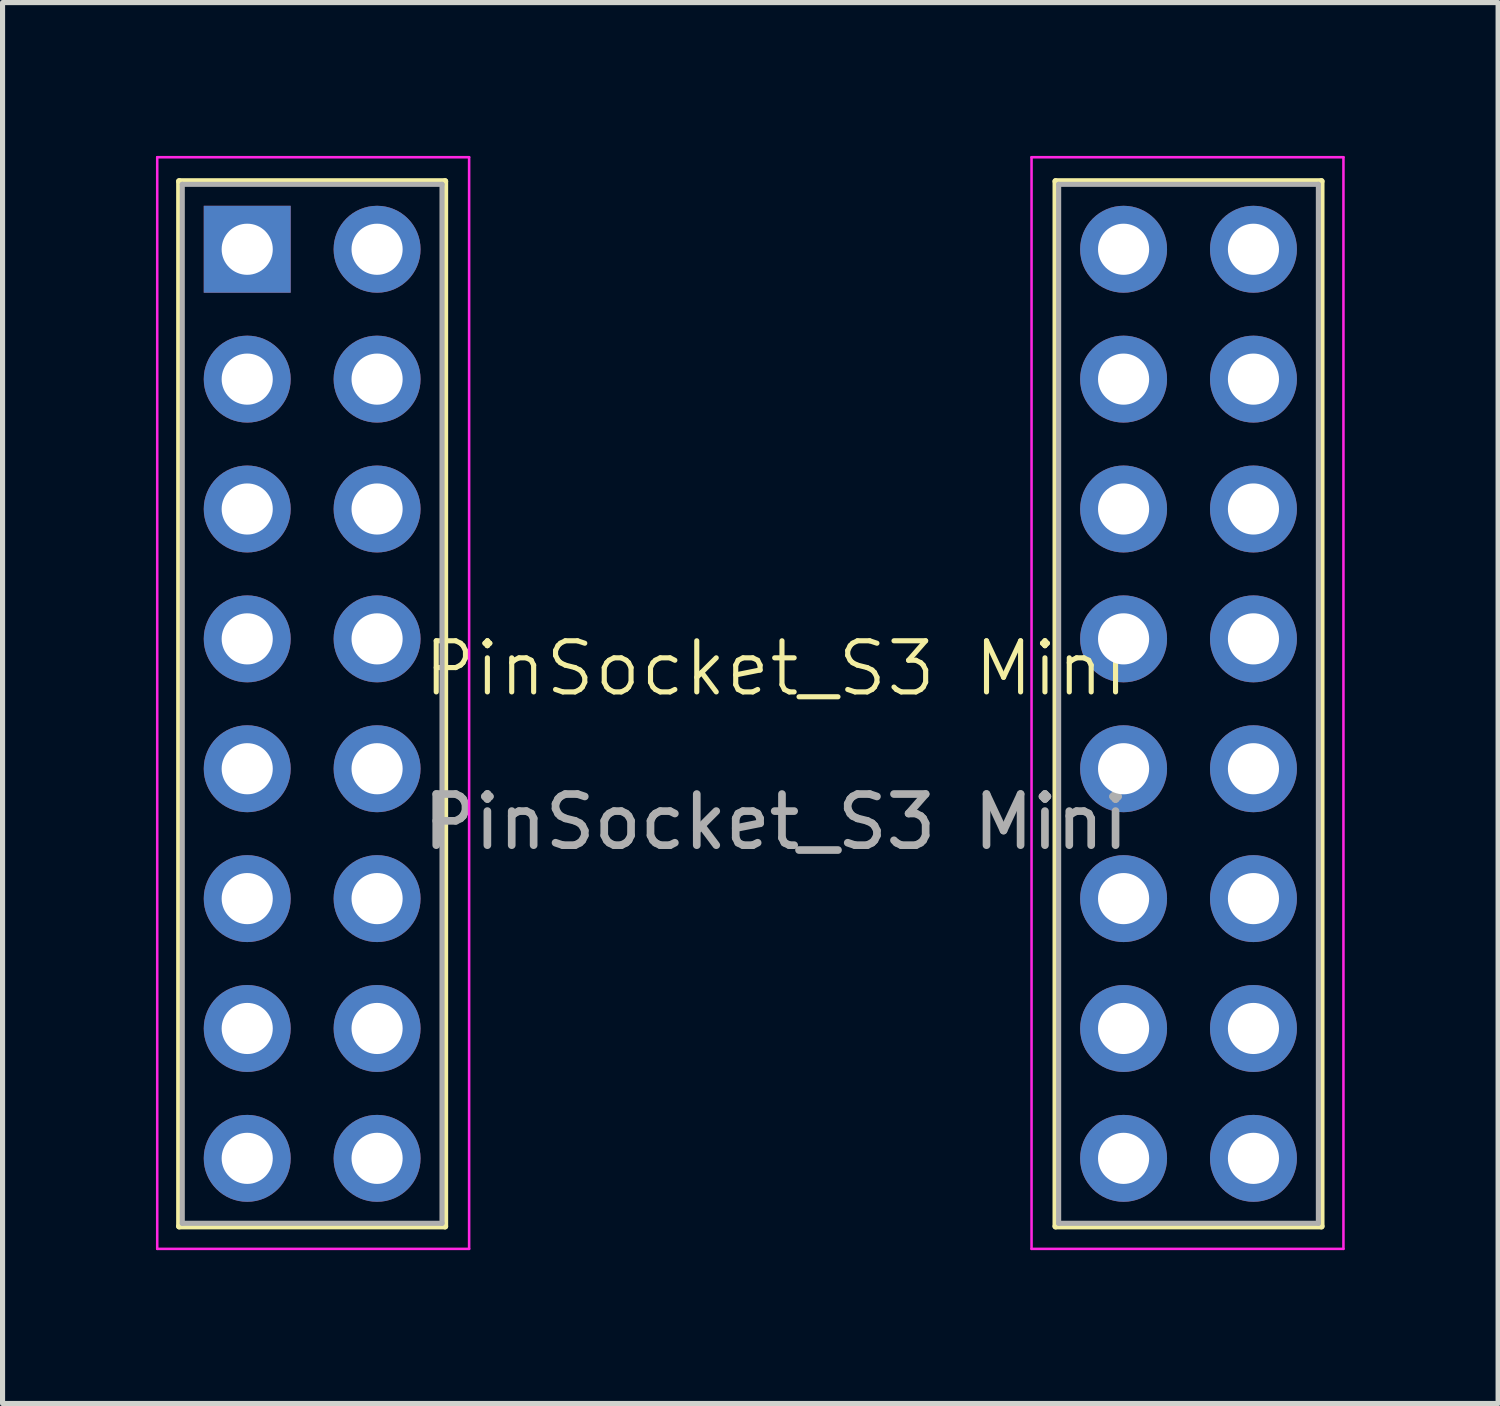
<source format=kicad_pcb>
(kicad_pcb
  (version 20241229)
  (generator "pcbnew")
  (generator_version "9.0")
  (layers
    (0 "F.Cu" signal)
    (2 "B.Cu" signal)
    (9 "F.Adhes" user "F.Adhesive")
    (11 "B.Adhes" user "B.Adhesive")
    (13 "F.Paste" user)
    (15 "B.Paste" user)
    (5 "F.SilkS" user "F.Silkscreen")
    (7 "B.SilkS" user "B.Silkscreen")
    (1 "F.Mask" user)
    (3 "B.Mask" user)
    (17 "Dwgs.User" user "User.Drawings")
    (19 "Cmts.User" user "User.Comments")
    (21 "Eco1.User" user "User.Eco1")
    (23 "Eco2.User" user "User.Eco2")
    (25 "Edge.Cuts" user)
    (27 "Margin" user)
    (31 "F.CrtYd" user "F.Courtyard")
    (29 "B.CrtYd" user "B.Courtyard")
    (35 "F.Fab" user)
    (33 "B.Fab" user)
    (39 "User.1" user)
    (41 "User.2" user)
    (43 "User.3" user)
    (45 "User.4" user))
  (footprint "PinSocket_S3 Mini"
    (layer "F.Cu")
    (at 12.285 10.525)
    (property "Reference" "PinSocket_S3 Mini" (at -0.16 -0.5 0) (unlocked yes) (layer "F.SilkS") (effects (font (size 1 1) (thickness 0.1))))
    (attr through_hole)
    (fp_line (start -11.83 -10.03) (end -11.83 10.41) (stroke (width 0.12) (type solid)) (layer "F.SilkS"))
    (fp_line (start -6.63 -10.03) (end -11.83 -10.03) (stroke (width 0.12) (type solid)) (layer "F.SilkS"))
    (fp_line (start -6.63 -10.03) (end -6.63 10.41) (stroke (width 0.12) (type solid)) (layer "F.SilkS"))
    (fp_line (start -6.63 10.41) (end -11.83 10.41) (stroke (width 0.12) (type solid)) (layer "F.SilkS"))
    (fp_line (start 5.31 -10.03) (end 5.31 10.41) (stroke (width 0.12) (type solid)) (layer "F.SilkS"))
    (fp_line (start 5.31 -10.03) (end 10.51 -10.03) (stroke (width 0.12) (type solid)) (layer "F.SilkS"))
    (fp_line (start 5.31 10.41) (end 10.51 10.41) (stroke (width 0.12) (type solid)) (layer "F.SilkS"))
    (fp_line (start 10.51 -10.03) (end 10.51 10.41) (stroke (width 0.12) (type solid)) (layer "F.SilkS"))
    (fp_line (start -12.26 -10.5) (end -12.26 10.85) (stroke (width 0.05) (type solid)) (layer "F.CrtYd"))
    (fp_line (start -12.26 10.85) (end -6.16 10.85) (stroke (width 0.05) (type solid)) (layer "F.CrtYd"))
    (fp_line (start -6.16 -10.5) (end -12.26 -10.5) (stroke (width 0.05) (type solid)) (layer "F.CrtYd"))
    (fp_line (start -6.16 10.85) (end -6.16 -10.5) (stroke (width 0.05) (type solid)) (layer "F.CrtYd"))
    (fp_line (start 4.84 -10.5) (end 10.94 -10.5) (stroke (width 0.05) (type solid)) (layer "F.CrtYd"))
    (fp_line (start 4.84 10.85) (end 4.84 -10.5) (stroke (width 0.05) (type solid)) (layer "F.CrtYd"))
    (fp_line (start 10.94 -10.5) (end 10.94 10.85) (stroke (width 0.05) (type solid)) (layer "F.CrtYd"))
    (fp_line (start 10.94 10.85) (end 4.84 10.85) (stroke (width 0.05) (type solid)) (layer "F.CrtYd"))
    (fp_line (start -11.77 -9.97) (end -11.77 10.35) (stroke (width 0.1) (type solid)) (layer "F.Fab"))
    (fp_line (start -11.77 10.35) (end -6.69 10.35) (stroke (width 0.1) (type solid)) (layer "F.Fab"))
    (fp_line (start -6.69 -9.97) (end -11.77 -9.97) (stroke (width 0.1) (type solid)) (layer "F.Fab"))
    (fp_line (start -6.69 10.35) (end -6.69 -9.97) (stroke (width 0.1) (type solid)) (layer "F.Fab"))
    (fp_line (start 5.37 -9.97) (end 10.45 -9.97) (stroke (width 0.1) (type solid)) (layer "F.Fab"))
    (fp_line (start 5.37 10.35) (end 5.37 -9.97) (stroke (width 0.1) (type solid)) (layer "F.Fab"))
    (fp_line (start 10.45 -9.97) (end 10.45 10.35) (stroke (width 0.1) (type solid)) (layer "F.Fab"))
    (fp_line (start 10.45 10.35) (end 5.37 10.35) (stroke (width 0.1) (type solid)) (layer "F.Fab"))
    (fp_text user "${REFERENCE}" (at -0.16 2.5 0) (unlocked yes) (layer "F.Fab") (effects (font (size 1 1) (thickness 0.15))))
    (pad "1" thru_hole rect (at -10.5 -8.7) (size 1.7 1.7) (drill 1) (layers "*.Cu" "*.Mask"))
    (pad "2" thru_hole oval (at -7.96 -8.7) (size 1.7 1.7) (drill 1) (layers "*.Cu" "*.Mask"))
    (pad "3" thru_hole oval (at -10.5 -6.16) (size 1.7 1.7) (drill 1) (layers "*.Cu" "*.Mask"))
    (pad "4" thru_hole oval (at -7.96 -6.16) (size 1.7 1.7) (drill 1) (layers "*.Cu" "*.Mask"))
    (pad "5" thru_hole oval (at -10.5 -3.62) (size 1.7 1.7) (drill 1) (layers "*.Cu" "*.Mask"))
    (pad "6" thru_hole oval (at -7.96 -3.62) (size 1.7 1.7) (drill 1) (layers "*.Cu" "*.Mask"))
    (pad "7" thru_hole oval (at -10.5 -1.08) (size 1.7 1.7) (drill 1) (layers "*.Cu" "*.Mask"))
    (pad "8" thru_hole oval (at -7.96 -1.08) (size 1.7 1.7) (drill 1) (layers "*.Cu" "*.Mask"))
    (pad "9" thru_hole oval (at -10.5 1.46) (size 1.7 1.7) (drill 1) (layers "*.Cu" "*.Mask"))
    (pad "10" thru_hole oval (at -7.96 1.46) (size 1.7 1.7) (drill 1) (layers "*.Cu" "*.Mask"))
    (pad "11" thru_hole oval (at -10.5 4) (size 1.7 1.7) (drill 1) (layers "*.Cu" "*.Mask"))
    (pad "12" thru_hole oval (at -7.96 4) (size 1.7 1.7) (drill 1) (layers "*.Cu" "*.Mask"))
    (pad "13" thru_hole oval (at -10.5 6.54) (size 1.7 1.7) (drill 1) (layers "*.Cu" "*.Mask"))
    (pad "14" thru_hole oval (at -7.96 6.54) (size 1.7 1.7) (drill 1) (layers "*.Cu" "*.Mask"))
    (pad "15" thru_hole oval (at -10.5 9.08) (size 1.7 1.7) (drill 1) (layers "*.Cu" "*.Mask"))
    (pad "16" thru_hole oval (at -7.96 9.08) (size 1.7 1.7) (drill 1) (layers "*.Cu" "*.Mask"))
    (pad "17" thru_hole oval (at 6.64 -8.7) (size 1.7 1.7) (drill 1) (layers "*.Cu" "*.Mask"))
    (pad "18" thru_hole oval (at 6.64 -6.16) (size 1.7 1.7) (drill 1) (layers "*.Cu" "*.Mask"))
    (pad "19" thru_hole oval (at 6.64 -3.62) (size 1.7 1.7) (drill 1) (layers "*.Cu" "*.Mask"))
    (pad "20" thru_hole oval (at 6.64 -1.08) (size 1.7 1.7) (drill 1) (layers "*.Cu" "*.Mask"))
    (pad "21" thru_hole oval (at 6.64 1.46) (size 1.7 1.7) (drill 1) (layers "*.Cu" "*.Mask"))
    (pad "22" thru_hole oval (at 6.64 4) (size 1.7 1.7) (drill 1) (layers "*.Cu" "*.Mask"))
    (pad "23" thru_hole oval (at 6.64 6.54) (size 1.7 1.7) (drill 1) (layers "*.Cu" "*.Mask"))
    (pad "24" thru_hole oval (at 6.64 9.08) (size 1.7 1.7) (drill 1) (layers "*.Cu" "*.Mask"))
    (pad "25" thru_hole oval (at 9.18 -8.7) (size 1.7 1.7) (drill 1) (layers "*.Cu" "*.Mask"))
    (pad "26" thru_hole oval (at 9.18 -6.16) (size 1.7 1.7) (drill 1) (layers "*.Cu" "*.Mask"))
    (pad "27" thru_hole oval (at 9.18 -3.62) (size 1.7 1.7) (drill 1) (layers "*.Cu" "*.Mask"))
    (pad "28" thru_hole oval (at 9.18 -1.08) (size 1.7 1.7) (drill 1) (layers "*.Cu" "*.Mask"))
    (pad "29" thru_hole oval (at 9.18 1.46) (size 1.7 1.7) (drill 1) (layers "*.Cu" "*.Mask"))
    (pad "30" thru_hole oval (at 9.18 4) (size 1.7 1.7) (drill 1) (layers "*.Cu" "*.Mask"))
    (pad "31" thru_hole oval (at 9.18 6.54) (size 1.7 1.7) (drill 1) (layers "*.Cu" "*.Mask"))
    (pad "32" thru_hole oval (at 9.18 9.08) (size 1.7 1.7) (drill 1) (layers "*.Cu" "*.Mask")))
  (gr_rect
    (start -3 -3)
    (end 26.25 24.4)
    (stroke (width 0.1) (type default))
    (fill no)
    (layer "Edge.Cuts")))
</source>
